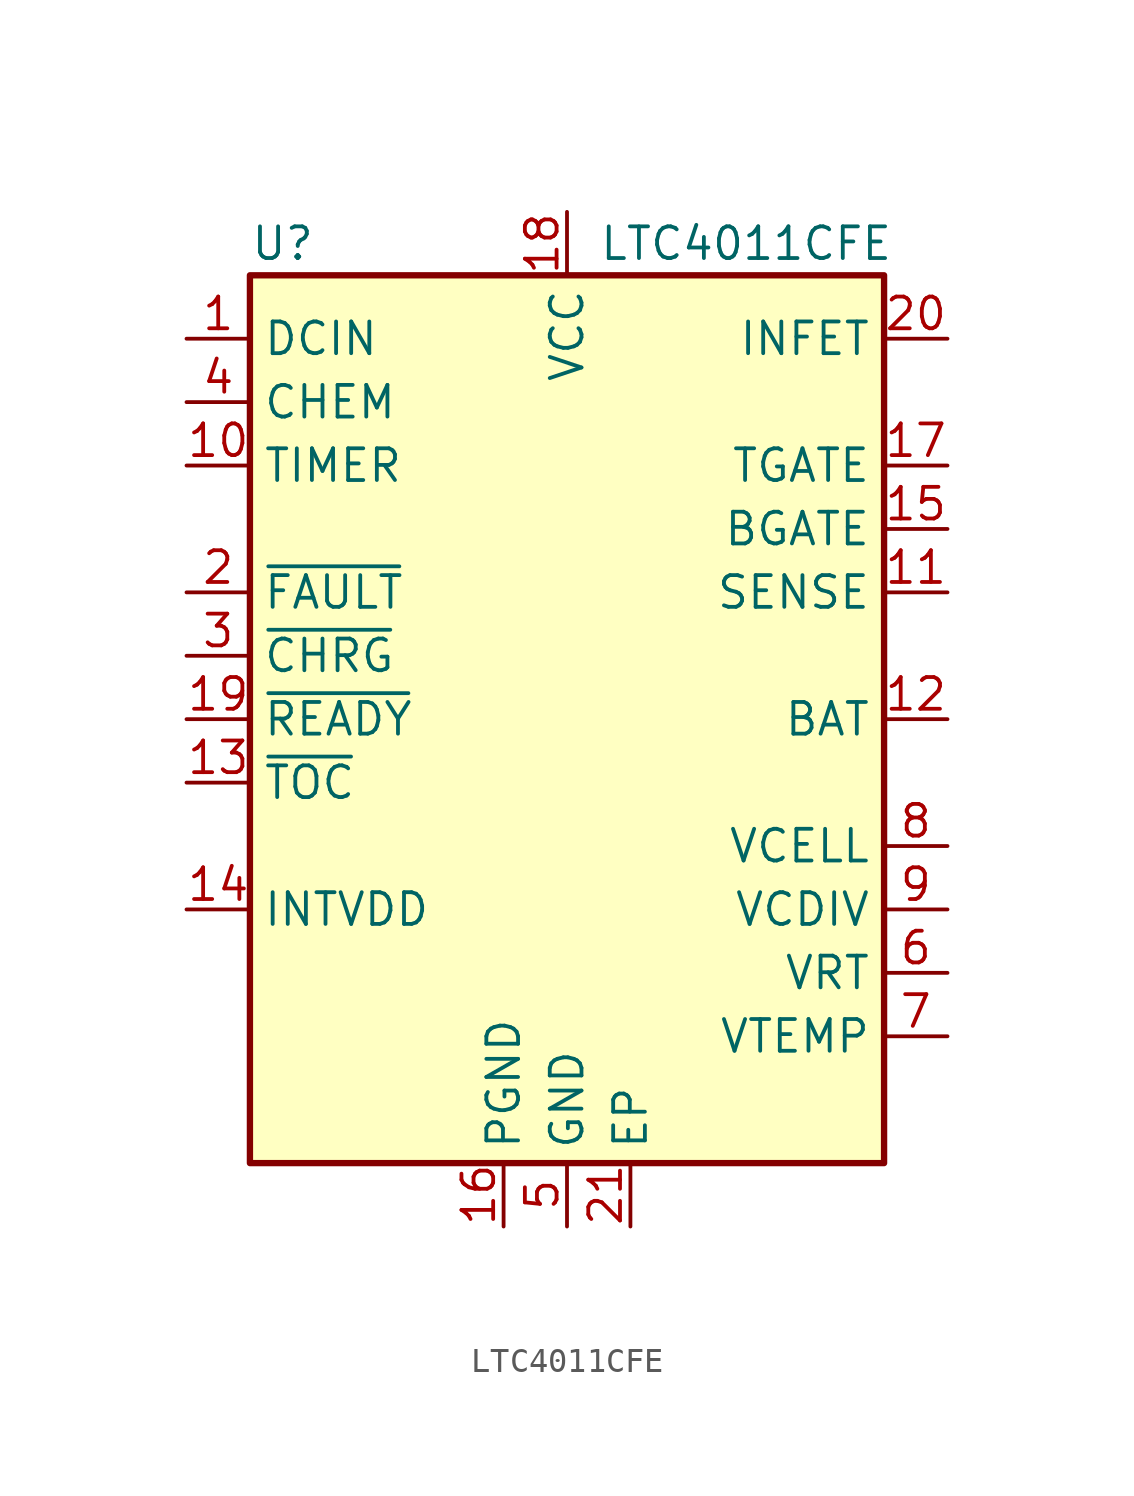
<source format=kicad_sym>
(kicad_symbol_lib
  (version 20231120)
  (generator "kicad_symbol_editor")
  (generator_version "8.0")
  (symbol "LTC4011CFE"
    (property "Reference" "U"
      (at -12.7 19.05 0)
      (effects (font (size 1.27 1.27)) (justify left)))
    (property "Value" "LTC4011CFE"
      (at 1.27 19.05 0)
      (effects (font (size 1.27 1.27)) (justify left)))
    (symbol "LTC4011CFE_0_1"
      (rectangle (start -12.7 17.78) (end 12.7 -17.78) (stroke (width 0.254) (type default)) (fill (type background))))
    (symbol "LTC4011CFE_1_1"
      (pin input line (at -15.24 15.24 0) (length 2.54) (name "DCIN" (effects (font (size 1.27 1.27)))) (number "1" (effects (font (size 1.27 1.27)))))
      (pin input line (at -15.24 10.16 0) (length 2.54) (name "TIMER" (effects (font (size 1.27 1.27)))) (number "10" (effects (font (size 1.27 1.27)))))
      (pin input line (at 15.24 5.08 180) (length 2.54) (name "SENSE" (effects (font (size 1.27 1.27)))) (number "11" (effects (font (size 1.27 1.27)))))
      (pin input line (at 15.24 0 180) (length 2.54) (name "BAT" (effects (font (size 1.27 1.27)))) (number "12" (effects (font (size 1.27 1.27)))))
      (pin open_collector line (at -15.24 -2.54 0) (length 2.54) (name "~{TOC}" (effects (font (size 1.27 1.27)))) (number "13" (effects (font (size 1.27 1.27)))))
      (pin power_out line (at -15.24 -7.62 0) (length 2.54) (name "INTVDD" (effects (font (size 1.27 1.27)))) (number "14" (effects (font (size 1.27 1.27)))))
      (pin output line (at 15.24 7.62 180) (length 2.54) (name "BGATE" (effects (font (size 1.27 1.27)))) (number "15" (effects (font (size 1.27 1.27)))))
      (pin power_in line (at -2.54 -20.32 90) (length 2.54) (name "PGND" (effects (font (size 1.27 1.27)))) (number "16" (effects (font (size 1.27 1.27)))))
      (pin output line (at 15.24 10.16 180) (length 2.54) (name "TGATE" (effects (font (size 1.27 1.27)))) (number "17" (effects (font (size 1.27 1.27)))))
      (pin power_in line (at 0 20.32 270) (length 2.54) (name "VCC" (effects (font (size 1.27 1.27)))) (number "18" (effects (font (size 1.27 1.27)))))
      (pin open_collector line (at -15.24 0 0) (length 2.54) (name "~{READY}" (effects (font (size 1.27 1.27)))) (number "19" (effects (font (size 1.27 1.27)))))
      (pin open_collector line (at -15.24 5.08 0) (length 2.54) (name "~{FAULT}" (effects (font (size 1.27 1.27)))) (number "2" (effects (font (size 1.27 1.27)))))
      (pin output line (at 15.24 15.24 180) (length 2.54) (name "INFET" (effects (font (size 1.27 1.27)))) (number "20" (effects (font (size 1.27 1.27)))))
      (pin passive line (at 2.54 -20.32 90) (length 2.54) (name "EP" (effects (font (size 1.27 1.27)))) (number "21" (effects (font (size 1.27 1.27)))))
      (pin open_collector line (at -15.24 2.54 0) (length 2.54) (name "~{CHRG}" (effects (font (size 1.27 1.27)))) (number "3" (effects (font (size 1.27 1.27)))))
      (pin input line (at -15.24 12.7 0) (length 2.54) (name "CHEM" (effects (font (size 1.27 1.27)))) (number "4" (effects (font (size 1.27 1.27)))))
      (pin power_in line (at 0 -20.32 90) (length 2.54) (name "GND" (effects (font (size 1.27 1.27)))) (number "5" (effects (font (size 1.27 1.27)))))
      (pin output line (at 15.24 -10.16 180) (length 2.54) (name "VRT" (effects (font (size 1.27 1.27)))) (number "6" (effects (font (size 1.27 1.27)))))
      (pin input line (at 15.24 -12.7 180) (length 2.54) (name "VTEMP" (effects (font (size 1.27 1.27)))) (number "7" (effects (font (size 1.27 1.27)))))
      (pin input line (at 15.24 -5.08 180) (length 2.54) (name "VCELL" (effects (font (size 1.27 1.27)))) (number "8" (effects (font (size 1.27 1.27)))))
      (pin open_collector line (at 15.24 -7.62 180) (length 2.54) (name "VCDIV" (effects (font (size 1.27 1.27)))) (number "9" (effects (font (size 1.27 1.27))))))))
</source>
